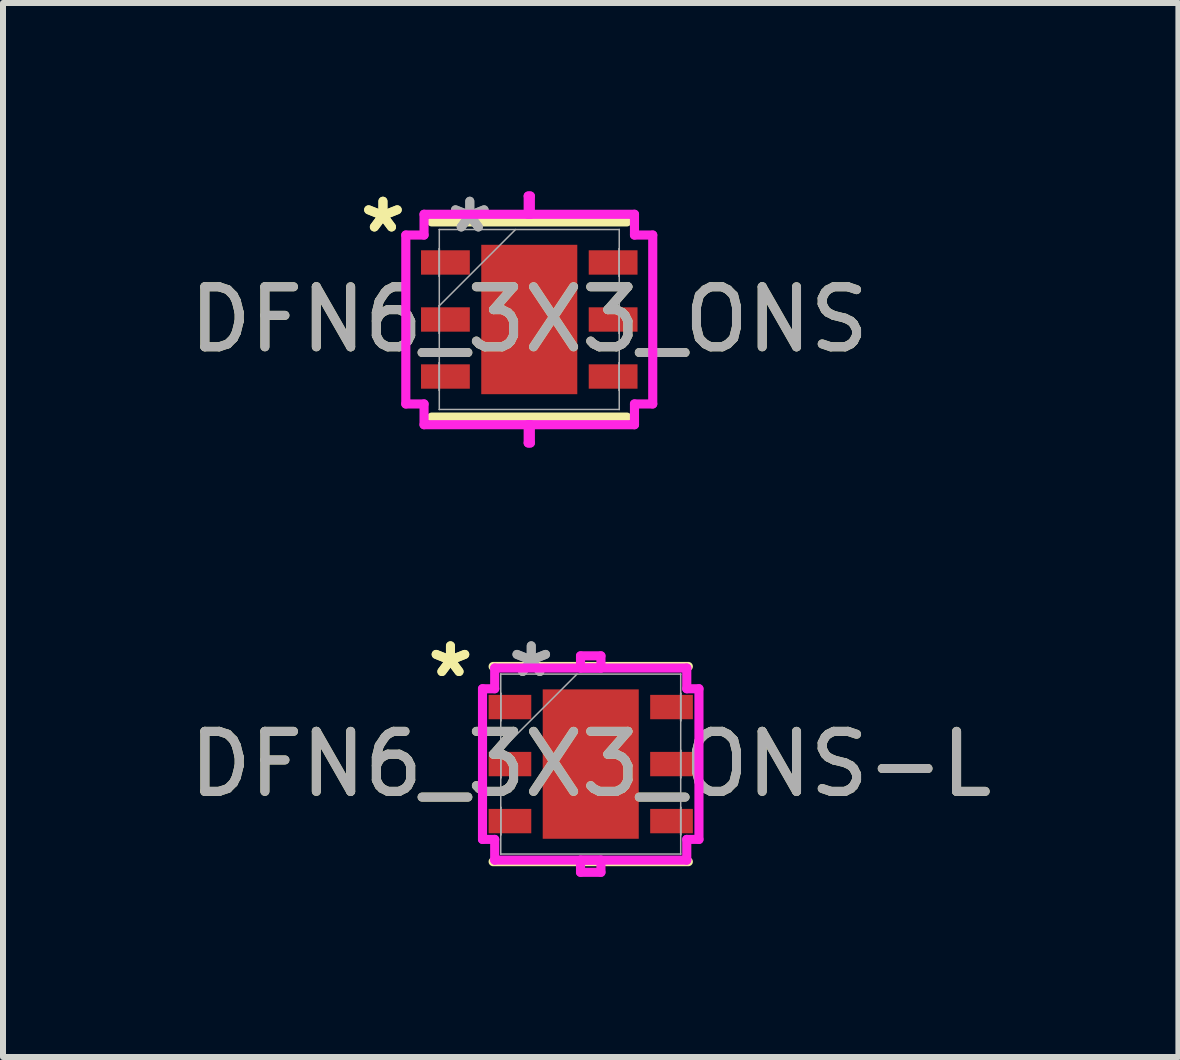
<source format=kicad_pcb>
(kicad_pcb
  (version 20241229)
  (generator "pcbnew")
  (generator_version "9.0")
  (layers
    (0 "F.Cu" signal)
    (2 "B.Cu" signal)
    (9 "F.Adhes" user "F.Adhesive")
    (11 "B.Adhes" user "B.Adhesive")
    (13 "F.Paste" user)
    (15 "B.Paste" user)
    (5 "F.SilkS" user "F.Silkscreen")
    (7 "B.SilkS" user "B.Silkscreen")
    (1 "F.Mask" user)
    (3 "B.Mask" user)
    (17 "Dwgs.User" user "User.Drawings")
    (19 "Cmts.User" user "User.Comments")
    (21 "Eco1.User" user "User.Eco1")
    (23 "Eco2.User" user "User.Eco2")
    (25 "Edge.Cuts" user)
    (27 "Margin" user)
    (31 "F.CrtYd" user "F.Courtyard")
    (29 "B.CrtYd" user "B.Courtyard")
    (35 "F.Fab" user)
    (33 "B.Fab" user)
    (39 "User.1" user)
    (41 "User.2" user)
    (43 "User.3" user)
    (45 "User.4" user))
  (footprint "DFN6_3X3_ONS"
    (layer "F.Cu")
    (at 5.768 2.273)
    (property "Reference" "DFN6_3X3_ONS" (at 0 0 0) (unlocked yes) (layer "F.SilkS") (effects (font (size 1 1) (thickness 0.15))))
    (attr smd)
    (fp_line (start -1.626 1.626) (end 1.626 1.626) (stroke (width 0.152) (type solid)) (layer "F.SilkS"))
    (fp_line (start 1.626 -1.626) (end -1.626 -1.626) (stroke (width 0.152) (type solid)) (layer "F.SilkS"))
    (fp_line (start -2.057 -1.407) (end -1.753 -1.407) (stroke (width 0.152) (type solid)) (layer "F.CrtYd"))
    (fp_line (start -2.057 1.407) (end -2.057 -1.407) (stroke (width 0.152) (type solid)) (layer "F.CrtYd"))
    (fp_line (start -1.753 -1.753) (end 0.018 -1.753) (stroke (width 0.152) (type solid)) (layer "F.CrtYd"))
    (fp_line (start -1.753 -1.407) (end -1.753 -1.753) (stroke (width 0.152) (type solid)) (layer "F.CrtYd"))
    (fp_line (start -1.753 1.407) (end -2.057 1.407) (stroke (width 0.152) (type solid)) (layer "F.CrtYd"))
    (fp_line (start -1.753 1.753) (end -1.753 1.407) (stroke (width 0.152) (type solid)) (layer "F.CrtYd"))
    (fp_line (start -0.018 -2.057) (end -0.018 -1.753) (stroke (width 0.152) (type solid)) (layer "F.CrtYd"))
    (fp_line (start -0.018 -1.753) (end 1.753 -1.753) (stroke (width 0.152) (type solid)) (layer "F.CrtYd"))
    (fp_line (start -0.018 1.753) (end -0.018 2.057) (stroke (width 0.152) (type solid)) (layer "F.CrtYd"))
    (fp_line (start -0.018 2.057) (end 0.018 2.057) (stroke (width 0.152) (type solid)) (layer "F.CrtYd"))
    (fp_line (start 0.018 -2.057) (end -0.018 -2.057) (stroke (width 0.152) (type solid)) (layer "F.CrtYd"))
    (fp_line (start 0.018 -1.753) (end 0.018 -2.057) (stroke (width 0.152) (type solid)) (layer "F.CrtYd"))
    (fp_line (start 0.018 1.753) (end -1.753 1.753) (stroke (width 0.152) (type solid)) (layer "F.CrtYd"))
    (fp_line (start 0.018 2.057) (end 0.018 1.753) (stroke (width 0.152) (type solid)) (layer "F.CrtYd"))
    (fp_line (start 1.753 -1.753) (end 1.753 -1.407) (stroke (width 0.152) (type solid)) (layer "F.CrtYd"))
    (fp_line (start 1.753 -1.407) (end 2.057 -1.407) (stroke (width 0.152) (type solid)) (layer "F.CrtYd"))
    (fp_line (start 1.753 1.407) (end 1.753 1.753) (stroke (width 0.152) (type solid)) (layer "F.CrtYd"))
    (fp_line (start 1.753 1.753) (end -0.018 1.753) (stroke (width 0.152) (type solid)) (layer "F.CrtYd"))
    (fp_line (start 2.057 -1.407) (end 2.057 1.407) (stroke (width 0.152) (type solid)) (layer "F.CrtYd"))
    (fp_line (start 2.057 1.407) (end 1.753 1.407) (stroke (width 0.152) (type solid)) (layer "F.CrtYd"))
    (fp_line (start -1.499 -1.499) (end -1.499 -1.499) (stroke (width 0.025) (type solid)) (layer "F.Fab"))
    (fp_line (start -1.499 -1.499) (end -1.499 1.499) (stroke (width 0.025) (type solid)) (layer "F.Fab"))
    (fp_line (start -1.499 -1.179) (end -1.499 -1.179) (stroke (width 0.025) (type solid)) (layer "F.Fab"))
    (fp_line (start -1.499 -1.179) (end -1.499 -0.721) (stroke (width 0.025) (type solid)) (layer "F.Fab"))
    (fp_line (start -1.499 -0.721) (end -1.499 -1.179) (stroke (width 0.025) (type solid)) (layer "F.Fab"))
    (fp_line (start -1.499 -0.721) (end -1.499 -0.721) (stroke (width 0.025) (type solid)) (layer "F.Fab"))
    (fp_line (start -1.499 -0.229) (end -1.499 -0.229) (stroke (width 0.025) (type solid)) (layer "F.Fab"))
    (fp_line (start -1.499 -0.229) (end -1.499 0.229) (stroke (width 0.025) (type solid)) (layer "F.Fab"))
    (fp_line (start -1.499 -0.229) (end -0.229 -1.499) (stroke (width 0.025) (type solid)) (layer "F.Fab"))
    (fp_line (start -1.499 0.229) (end -1.499 -0.229) (stroke (width 0.025) (type solid)) (layer "F.Fab"))
    (fp_line (start -1.499 0.229) (end -1.499 0.229) (stroke (width 0.025) (type solid)) (layer "F.Fab"))
    (fp_line (start -1.499 0.721) (end -1.499 0.721) (stroke (width 0.025) (type solid)) (layer "F.Fab"))
    (fp_line (start -1.499 0.721) (end -1.499 1.179) (stroke (width 0.025) (type solid)) (layer "F.Fab"))
    (fp_line (start -1.499 1.179) (end -1.499 0.721) (stroke (width 0.025) (type solid)) (layer "F.Fab"))
    (fp_line (start -1.499 1.179) (end -1.499 1.179) (stroke (width 0.025) (type solid)) (layer "F.Fab"))
    (fp_line (start -1.499 1.499) (end -1.499 1.499) (stroke (width 0.025) (type solid)) (layer "F.Fab"))
    (fp_line (start -1.499 1.499) (end 1.499 1.499) (stroke (width 0.025) (type solid)) (layer "F.Fab"))
    (fp_line (start 1.499 -1.499) (end -1.499 -1.499) (stroke (width 0.025) (type solid)) (layer "F.Fab"))
    (fp_line (start 1.499 -1.499) (end 1.499 -1.499) (stroke (width 0.025) (type solid)) (layer "F.Fab"))
    (fp_line (start 1.499 -1.179) (end 1.499 -1.179) (stroke (width 0.025) (type solid)) (layer "F.Fab"))
    (fp_line (start 1.499 -1.179) (end 1.499 -0.721) (stroke (width 0.025) (type solid)) (layer "F.Fab"))
    (fp_line (start 1.499 -0.721) (end 1.499 -1.179) (stroke (width 0.025) (type solid)) (layer "F.Fab"))
    (fp_line (start 1.499 -0.721) (end 1.499 -0.721) (stroke (width 0.025) (type solid)) (layer "F.Fab"))
    (fp_line (start 1.499 -0.229) (end 1.499 -0.229) (stroke (width 0.025) (type solid)) (layer "F.Fab"))
    (fp_line (start 1.499 -0.229) (end 1.499 0.229) (stroke (width 0.025) (type solid)) (layer "F.Fab"))
    (fp_line (start 1.499 0.229) (end 1.499 -0.229) (stroke (width 0.025) (type solid)) (layer "F.Fab"))
    (fp_line (start 1.499 0.229) (end 1.499 0.229) (stroke (width 0.025) (type solid)) (layer "F.Fab"))
    (fp_line (start 1.499 0.721) (end 1.499 0.721) (stroke (width 0.025) (type solid)) (layer "F.Fab"))
    (fp_line (start 1.499 0.721) (end 1.499 1.179) (stroke (width 0.025) (type solid)) (layer "F.Fab"))
    (fp_line (start 1.499 1.179) (end 1.499 0.721) (stroke (width 0.025) (type solid)) (layer "F.Fab"))
    (fp_line (start 1.499 1.179) (end 1.499 1.179) (stroke (width 0.025) (type solid)) (layer "F.Fab"))
    (fp_line (start 1.499 1.499) (end 1.499 -1.499) (stroke (width 0.025) (type solid)) (layer "F.Fab"))
    (fp_line (start 1.499 1.499) (end 1.499 1.499) (stroke (width 0.025) (type solid)) (layer "F.Fab"))
    (fp_text user "*" (at -2.438 -1.425 0) (unlocked yes) (layer "F.SilkS") (effects (font (size 1 1) (thickness 0.15))))
    (fp_text user "*" (at -2.438 -1.425 0) (layer "F.SilkS") (effects (font (size 1 1) (thickness 0.15))))
    (fp_text user "*" (at -0.991 -1.425 0) (layer "F.Fab") (effects (font (size 1 1) (thickness 0.15))))
    (fp_text user "*" (at -0.991 -1.425 0) (unlocked yes) (layer "F.Fab") (effects (font (size 1 1) (thickness 0.15))))
    (fp_text user "${REFERENCE}" (at 0 0 0) (unlocked yes) (layer "F.Fab") (effects (font (size 1 1) (thickness 0.15))))
    (pad "1" smd rect (at -1.397 -0.95 90) (size 0.406 0.813) (layers "F.Cu" "F.Mask" "F.Paste"))
    (pad "2" smd rect (at -1.397 0 90) (size 0.406 0.813) (layers "F.Cu" "F.Mask" "F.Paste"))
    (pad "3" smd rect (at -1.397 0.95 90) (size 0.406 0.813) (layers "F.Cu" "F.Mask" "F.Paste"))
    (pad "4" smd rect (at 1.397 0.95 90) (size 0.406 0.813) (layers "F.Cu" "F.Mask" "F.Paste"))
    (pad "5" smd rect (at 1.397 0 90) (size 0.406 0.813) (layers "F.Cu" "F.Mask" "F.Paste"))
    (pad "6" smd rect (at 1.397 -0.95 90) (size 0.406 0.813) (layers "F.Cu" "F.Mask" "F.Paste"))
    (pad "7" smd rect (at 0 0) (size 1.6 2.489) (layers "F.Cu" "F.Mask" "F.Paste")))
  (footprint "DFN6_3X3_ONS-L"
    (layer "F.Cu")
    (at 6.792 9.68)
    (property "Reference" "DFN6_3X3_ONS-L" (at 0 0 0) (unlocked yes) (layer "F.SilkS") (effects (font (size 1 1) (thickness 0.15))))
    (attr smd)
    (fp_line (start -1.626 1.626) (end 1.626 1.626) (stroke (width 0.152) (type solid)) (layer "F.SilkS"))
    (fp_line (start 1.626 -1.626) (end -1.626 -1.626) (stroke (width 0.152) (type solid)) (layer "F.SilkS"))
    (fp_line (start -1.803 -1.255) (end -1.6 -1.255) (stroke (width 0.152) (type solid)) (layer "F.CrtYd"))
    (fp_line (start -1.803 1.255) (end -1.803 -1.255) (stroke (width 0.152) (type solid)) (layer "F.CrtYd"))
    (fp_line (start -1.6 -1.6) (end 0.17 -1.6) (stroke (width 0.152) (type solid)) (layer "F.CrtYd"))
    (fp_line (start -1.6 -1.255) (end -1.6 -1.6) (stroke (width 0.152) (type solid)) (layer "F.CrtYd"))
    (fp_line (start -1.6 1.255) (end -1.803 1.255) (stroke (width 0.152) (type solid)) (layer "F.CrtYd"))
    (fp_line (start -1.6 1.6) (end -1.6 1.255) (stroke (width 0.152) (type solid)) (layer "F.CrtYd"))
    (fp_line (start -0.17 -1.803) (end -0.17 -1.6) (stroke (width 0.152) (type solid)) (layer "F.CrtYd"))
    (fp_line (start -0.17 -1.6) (end 1.6 -1.6) (stroke (width 0.152) (type solid)) (layer "F.CrtYd"))
    (fp_line (start -0.17 1.6) (end -0.17 1.803) (stroke (width 0.152) (type solid)) (layer "F.CrtYd"))
    (fp_line (start -0.17 1.803) (end 0.17 1.803) (stroke (width 0.152) (type solid)) (layer "F.CrtYd"))
    (fp_line (start 0.17 -1.803) (end -0.17 -1.803) (stroke (width 0.152) (type solid)) (layer "F.CrtYd"))
    (fp_line (start 0.17 -1.6) (end 0.17 -1.803) (stroke (width 0.152) (type solid)) (layer "F.CrtYd"))
    (fp_line (start 0.17 1.6) (end -1.6 1.6) (stroke (width 0.152) (type solid)) (layer "F.CrtYd"))
    (fp_line (start 0.17 1.803) (end 0.17 1.6) (stroke (width 0.152) (type solid)) (layer "F.CrtYd"))
    (fp_line (start 1.6 -1.6) (end 1.6 -1.255) (stroke (width 0.152) (type solid)) (layer "F.CrtYd"))
    (fp_line (start 1.6 -1.255) (end 1.803 -1.255) (stroke (width 0.152) (type solid)) (layer "F.CrtYd"))
    (fp_line (start 1.6 1.255) (end 1.6 1.6) (stroke (width 0.152) (type solid)) (layer "F.CrtYd"))
    (fp_line (start 1.6 1.6) (end -0.17 1.6) (stroke (width 0.152) (type solid)) (layer "F.CrtYd"))
    (fp_line (start 1.803 -1.255) (end 1.803 1.255) (stroke (width 0.152) (type solid)) (layer "F.CrtYd"))
    (fp_line (start 1.803 1.255) (end 1.6 1.255) (stroke (width 0.152) (type solid)) (layer "F.CrtYd"))
    (fp_line (start -1.499 -1.499) (end -1.499 -1.499) (stroke (width 0.025) (type solid)) (layer "F.Fab"))
    (fp_line (start -1.499 -1.499) (end -1.499 1.499) (stroke (width 0.025) (type solid)) (layer "F.Fab"))
    (fp_line (start -1.499 -1.179) (end -1.499 -1.179) (stroke (width 0.025) (type solid)) (layer "F.Fab"))
    (fp_line (start -1.499 -1.179) (end -1.499 -0.721) (stroke (width 0.025) (type solid)) (layer "F.Fab"))
    (fp_line (start -1.499 -0.721) (end -1.499 -1.179) (stroke (width 0.025) (type solid)) (layer "F.Fab"))
    (fp_line (start -1.499 -0.721) (end -1.499 -0.721) (stroke (width 0.025) (type solid)) (layer "F.Fab"))
    (fp_line (start -1.499 -0.229) (end -1.499 -0.229) (stroke (width 0.025) (type solid)) (layer "F.Fab"))
    (fp_line (start -1.499 -0.229) (end -1.499 0.229) (stroke (width 0.025) (type solid)) (layer "F.Fab"))
    (fp_line (start -1.499 -0.229) (end -0.229 -1.499) (stroke (width 0.025) (type solid)) (layer "F.Fab"))
    (fp_line (start -1.499 0.229) (end -1.499 -0.229) (stroke (width 0.025) (type solid)) (layer "F.Fab"))
    (fp_line (start -1.499 0.229) (end -1.499 0.229) (stroke (width 0.025) (type solid)) (layer "F.Fab"))
    (fp_line (start -1.499 0.721) (end -1.499 0.721) (stroke (width 0.025) (type solid)) (layer "F.Fab"))
    (fp_line (start -1.499 0.721) (end -1.499 1.179) (stroke (width 0.025) (type solid)) (layer "F.Fab"))
    (fp_line (start -1.499 1.179) (end -1.499 0.721) (stroke (width 0.025) (type solid)) (layer "F.Fab"))
    (fp_line (start -1.499 1.179) (end -1.499 1.179) (stroke (width 0.025) (type solid)) (layer "F.Fab"))
    (fp_line (start -1.499 1.499) (end -1.499 1.499) (stroke (width 0.025) (type solid)) (layer "F.Fab"))
    (fp_line (start -1.499 1.499) (end 1.499 1.499) (stroke (width 0.025) (type solid)) (layer "F.Fab"))
    (fp_line (start 1.499 -1.499) (end -1.499 -1.499) (stroke (width 0.025) (type solid)) (layer "F.Fab"))
    (fp_line (start 1.499 -1.499) (end 1.499 -1.499) (stroke (width 0.025) (type solid)) (layer "F.Fab"))
    (fp_line (start 1.499 -1.179) (end 1.499 -1.179) (stroke (width 0.025) (type solid)) (layer "F.Fab"))
    (fp_line (start 1.499 -1.179) (end 1.499 -0.721) (stroke (width 0.025) (type solid)) (layer "F.Fab"))
    (fp_line (start 1.499 -0.721) (end 1.499 -1.179) (stroke (width 0.025) (type solid)) (layer "F.Fab"))
    (fp_line (start 1.499 -0.721) (end 1.499 -0.721) (stroke (width 0.025) (type solid)) (layer "F.Fab"))
    (fp_line (start 1.499 -0.229) (end 1.499 -0.229) (stroke (width 0.025) (type solid)) (layer "F.Fab"))
    (fp_line (start 1.499 -0.229) (end 1.499 0.229) (stroke (width 0.025) (type solid)) (layer "F.Fab"))
    (fp_line (start 1.499 0.229) (end 1.499 -0.229) (stroke (width 0.025) (type solid)) (layer "F.Fab"))
    (fp_line (start 1.499 0.229) (end 1.499 0.229) (stroke (width 0.025) (type solid)) (layer "F.Fab"))
    (fp_line (start 1.499 0.721) (end 1.499 0.721) (stroke (width 0.025) (type solid)) (layer "F.Fab"))
    (fp_line (start 1.499 0.721) (end 1.499 1.179) (stroke (width 0.025) (type solid)) (layer "F.Fab"))
    (fp_line (start 1.499 1.179) (end 1.499 0.721) (stroke (width 0.025) (type solid)) (layer "F.Fab"))
    (fp_line (start 1.499 1.179) (end 1.499 1.179) (stroke (width 0.025) (type solid)) (layer "F.Fab"))
    (fp_line (start 1.499 1.499) (end 1.499 -1.499) (stroke (width 0.025) (type solid)) (layer "F.Fab"))
    (fp_line (start 1.499 1.499) (end 1.499 1.499) (stroke (width 0.025) (type solid)) (layer "F.Fab"))
    (fp_text user "*" (at -2.337 -1.425 0) (unlocked yes) (layer "F.SilkS") (effects (font (size 1 1) (thickness 0.15))))
    (fp_text user "*" (at -2.337 -1.425 0) (layer "F.SilkS") (effects (font (size 1 1) (thickness 0.15))))
    (fp_text user "${REFERENCE}" (at 0 0 0) (unlocked yes) (layer "F.Fab") (effects (font (size 1 1) (thickness 0.15))))
    (fp_text user "*" (at -0.991 -1.425 0) (unlocked yes) (layer "F.Fab") (effects (font (size 1 1) (thickness 0.15))))
    (fp_text user "*" (at -0.991 -1.425 0) (layer "F.Fab") (effects (font (size 1 1) (thickness 0.15))))
    (pad "1" smd rect (at -1.346 -0.95 90) (size 0.406 0.711) (layers "F.Cu" "F.Mask" "F.Paste"))
    (pad "2" smd rect (at -1.346 0 90) (size 0.406 0.711) (layers "F.Cu" "F.Mask" "F.Paste"))
    (pad "3" smd rect (at -1.346 0.95 90) (size 0.406 0.711) (layers "F.Cu" "F.Mask" "F.Paste"))
    (pad "4" smd rect (at 1.346 0.95 90) (size 0.406 0.711) (layers "F.Cu" "F.Mask" "F.Paste"))
    (pad "5" smd rect (at 1.346 0 90) (size 0.406 0.711) (layers "F.Cu" "F.Mask" "F.Paste"))
    (pad "6" smd rect (at 1.346 -0.95 90) (size 0.406 0.711) (layers "F.Cu" "F.Mask" "F.Paste"))
    (pad "7" smd rect (at 0 0) (size 1.6 2.489) (layers "F.Cu" "F.Mask" "F.Paste")))
  (gr_rect
    (start -3 -3)
    (end 16.583 14.56)
    (stroke (width 0.1) (type default))
    (fill no)
    (layer "Edge.Cuts")))
</source>
